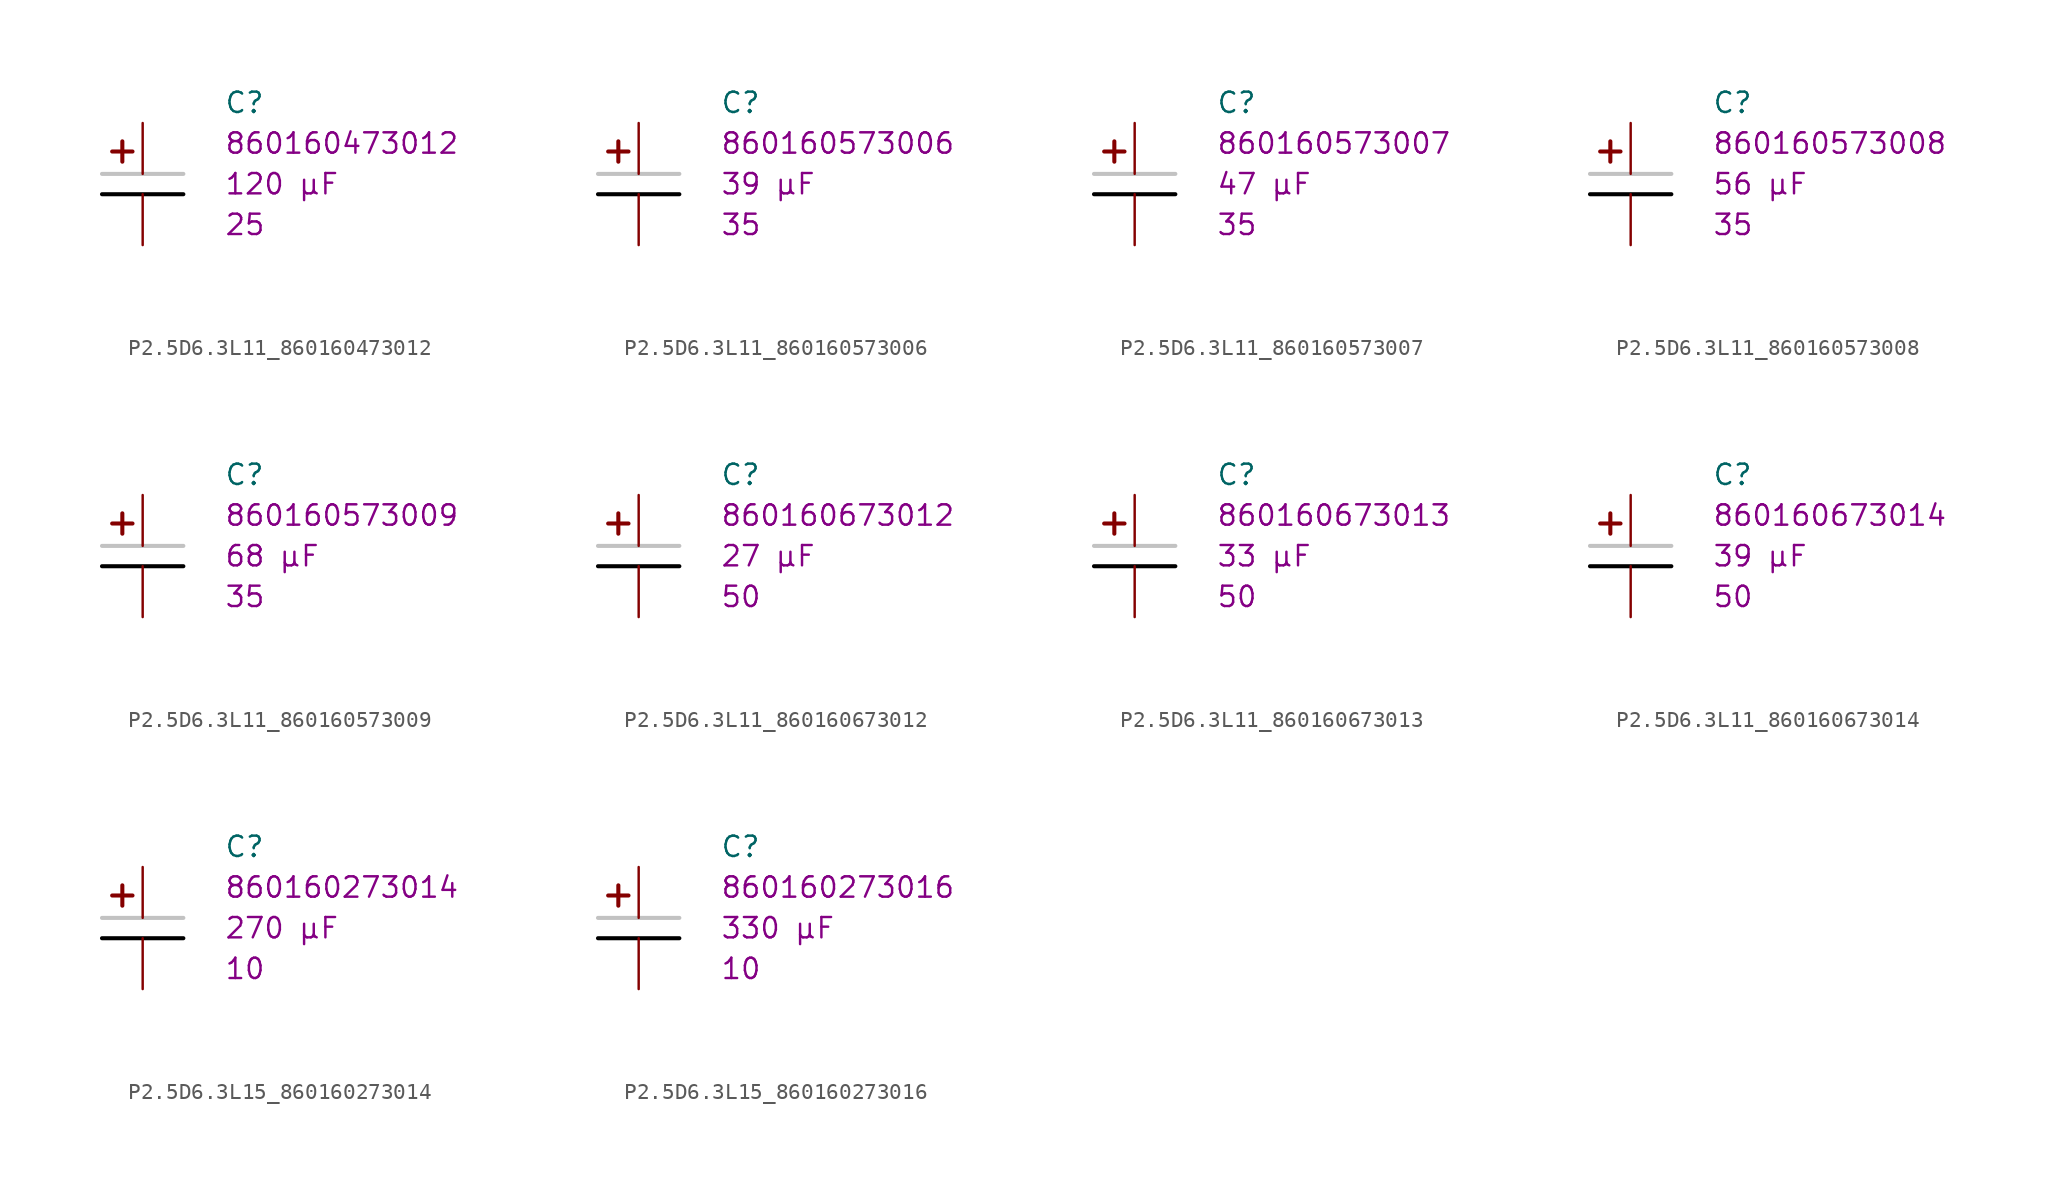
<source format=kicad_sym>
(kicad_symbol_lib
  (version 20220914)
  (generator kicad_symbol_editor)
  (symbol "P2.5D6.3L11_860160473012"
    (pin_numbers hide)
    (pin_names hide)
    (property "Reference" "C"
      (at 5.08 5.08 0)
      (effects (font (size 1.27 1.27)) (justify left)))
    (property "Part Number" "860160473012"
      (at 5.08 2.54 0)
      (effects (font (size 1.27 1.27)) (justify left)))
    (property "Capacitance" "120 µF"
      (at 5.08 0 0)
      (effects (font (size 1.27 1.27)) (justify left)))
    (property "Voltage" "25"
      (at 5.08 -2.54 0)
      (effects (font (size 1.27 1.27)) (justify left)))
    (property "Critical Parameter" ""
      (at 0 -7.62 0)
      (effects (font (size 1.27 1.27))))
    (symbol "P2.5D6.3L11_860160473012_1_1"
      (polyline (pts (xy -1.27 2.667) (xy -1.27 1.397)) (stroke (width 0.254) (type default)) (fill (type none)))
      (polyline (pts (xy -0.635 2.032) (xy -1.905 2.032)) (stroke (width 0.254) (type default)) (fill (type none)))
      (polyline (pts (xy 2.54 -0.635) (xy -2.54 -0.635)) (stroke (width 0.254) (type default) (color 0 0 0 1)) (fill (type none)))
      (polyline (pts (xy 2.54 0.635) (xy -2.54 0.635)) (stroke (width 0.254) (type default) (color 194 194 194 1)) (fill (type none)))
      (pin passive line (at 0 3.81 270) (length 3.175) (name "1" (effects (font (size 1.27 1.27)))) (number "1" (effects (font (size 1.27 1.27)))))
      (pin passive line (at 0 -3.81 90) (length 3.175) (name "2" (effects (font (size 1.27 1.27)))) (number "2" (effects (font (size 1.27 1.27)))))))
  (symbol "P2.5D6.3L11_860160573006"
    (pin_numbers hide)
    (pin_names hide)
    (property "Reference" "C"
      (at 5.08 5.08 0)
      (effects (font (size 1.27 1.27)) (justify left)))
    (property "Part Number" "860160573006"
      (at 5.08 2.54 0)
      (effects (font (size 1.27 1.27)) (justify left)))
    (property "Capacitance" "39 µF"
      (at 5.08 0 0)
      (effects (font (size 1.27 1.27)) (justify left)))
    (property "Voltage" "35"
      (at 5.08 -2.54 0)
      (effects (font (size 1.27 1.27)) (justify left)))
    (property "Critical Parameter" ""
      (at 0 -7.62 0)
      (effects (font (size 1.27 1.27))))
    (symbol "P2.5D6.3L11_860160573006_1_1"
      (polyline (pts (xy -1.27 2.667) (xy -1.27 1.397)) (stroke (width 0.254) (type default)) (fill (type none)))
      (polyline (pts (xy -0.635 2.032) (xy -1.905 2.032)) (stroke (width 0.254) (type default)) (fill (type none)))
      (polyline (pts (xy 2.54 -0.635) (xy -2.54 -0.635)) (stroke (width 0.254) (type default) (color 0 0 0 1)) (fill (type none)))
      (polyline (pts (xy 2.54 0.635) (xy -2.54 0.635)) (stroke (width 0.254) (type default) (color 194 194 194 1)) (fill (type none)))
      (pin passive line (at 0 3.81 270) (length 3.175) (name "1" (effects (font (size 1.27 1.27)))) (number "1" (effects (font (size 1.27 1.27)))))
      (pin passive line (at 0 -3.81 90) (length 3.175) (name "2" (effects (font (size 1.27 1.27)))) (number "2" (effects (font (size 1.27 1.27)))))))
  (symbol "P2.5D6.3L11_860160573007"
    (pin_numbers hide)
    (pin_names hide)
    (property "Reference" "C"
      (at 5.08 5.08 0)
      (effects (font (size 1.27 1.27)) (justify left)))
    (property "Part Number" "860160573007"
      (at 5.08 2.54 0)
      (effects (font (size 1.27 1.27)) (justify left)))
    (property "Capacitance" "47 µF"
      (at 5.08 0 0)
      (effects (font (size 1.27 1.27)) (justify left)))
    (property "Voltage" "35"
      (at 5.08 -2.54 0)
      (effects (font (size 1.27 1.27)) (justify left)))
    (property "Critical Parameter" ""
      (at 0 -7.62 0)
      (effects (font (size 1.27 1.27))))
    (symbol "P2.5D6.3L11_860160573007_1_1"
      (polyline (pts (xy -1.27 2.667) (xy -1.27 1.397)) (stroke (width 0.254) (type default)) (fill (type none)))
      (polyline (pts (xy -0.635 2.032) (xy -1.905 2.032)) (stroke (width 0.254) (type default)) (fill (type none)))
      (polyline (pts (xy 2.54 -0.635) (xy -2.54 -0.635)) (stroke (width 0.254) (type default) (color 0 0 0 1)) (fill (type none)))
      (polyline (pts (xy 2.54 0.635) (xy -2.54 0.635)) (stroke (width 0.254) (type default) (color 194 194 194 1)) (fill (type none)))
      (pin passive line (at 0 3.81 270) (length 3.175) (name "1" (effects (font (size 1.27 1.27)))) (number "1" (effects (font (size 1.27 1.27)))))
      (pin passive line (at 0 -3.81 90) (length 3.175) (name "2" (effects (font (size 1.27 1.27)))) (number "2" (effects (font (size 1.27 1.27)))))))
  (symbol "P2.5D6.3L11_860160573008"
    (pin_numbers hide)
    (pin_names hide)
    (property "Reference" "C"
      (at 5.08 5.08 0)
      (effects (font (size 1.27 1.27)) (justify left)))
    (property "Part Number" "860160573008"
      (at 5.08 2.54 0)
      (effects (font (size 1.27 1.27)) (justify left)))
    (property "Capacitance" "56 µF"
      (at 5.08 0 0)
      (effects (font (size 1.27 1.27)) (justify left)))
    (property "Voltage" "35"
      (at 5.08 -2.54 0)
      (effects (font (size 1.27 1.27)) (justify left)))
    (property "Critical Parameter" ""
      (at 0 -7.62 0)
      (effects (font (size 1.27 1.27))))
    (symbol "P2.5D6.3L11_860160573008_1_1"
      (polyline (pts (xy -1.27 2.667) (xy -1.27 1.397)) (stroke (width 0.254) (type default)) (fill (type none)))
      (polyline (pts (xy -0.635 2.032) (xy -1.905 2.032)) (stroke (width 0.254) (type default)) (fill (type none)))
      (polyline (pts (xy 2.54 -0.635) (xy -2.54 -0.635)) (stroke (width 0.254) (type default) (color 0 0 0 1)) (fill (type none)))
      (polyline (pts (xy 2.54 0.635) (xy -2.54 0.635)) (stroke (width 0.254) (type default) (color 194 194 194 1)) (fill (type none)))
      (pin passive line (at 0 3.81 270) (length 3.175) (name "1" (effects (font (size 1.27 1.27)))) (number "1" (effects (font (size 1.27 1.27)))))
      (pin passive line (at 0 -3.81 90) (length 3.175) (name "2" (effects (font (size 1.27 1.27)))) (number "2" (effects (font (size 1.27 1.27)))))))
  (symbol "P2.5D6.3L11_860160573009"
    (pin_numbers hide)
    (pin_names hide)
    (property "Reference" "C"
      (at 5.08 5.08 0)
      (effects (font (size 1.27 1.27)) (justify left)))
    (property "Part Number" "860160573009"
      (at 5.08 2.54 0)
      (effects (font (size 1.27 1.27)) (justify left)))
    (property "Capacitance" "68 µF"
      (at 5.08 0 0)
      (effects (font (size 1.27 1.27)) (justify left)))
    (property "Voltage" "35"
      (at 5.08 -2.54 0)
      (effects (font (size 1.27 1.27)) (justify left)))
    (property "Critical Parameter" ""
      (at 0 -7.62 0)
      (effects (font (size 1.27 1.27))))
    (symbol "P2.5D6.3L11_860160573009_1_1"
      (polyline (pts (xy -1.27 2.667) (xy -1.27 1.397)) (stroke (width 0.254) (type default)) (fill (type none)))
      (polyline (pts (xy -0.635 2.032) (xy -1.905 2.032)) (stroke (width 0.254) (type default)) (fill (type none)))
      (polyline (pts (xy 2.54 -0.635) (xy -2.54 -0.635)) (stroke (width 0.254) (type default) (color 0 0 0 1)) (fill (type none)))
      (polyline (pts (xy 2.54 0.635) (xy -2.54 0.635)) (stroke (width 0.254) (type default) (color 194 194 194 1)) (fill (type none)))
      (pin passive line (at 0 3.81 270) (length 3.175) (name "1" (effects (font (size 1.27 1.27)))) (number "1" (effects (font (size 1.27 1.27)))))
      (pin passive line (at 0 -3.81 90) (length 3.175) (name "2" (effects (font (size 1.27 1.27)))) (number "2" (effects (font (size 1.27 1.27)))))))
  (symbol "P2.5D6.3L11_860160673012"
    (pin_numbers hide)
    (pin_names hide)
    (property "Reference" "C"
      (at 5.08 5.08 0)
      (effects (font (size 1.27 1.27)) (justify left)))
    (property "Part Number" "860160673012"
      (at 5.08 2.54 0)
      (effects (font (size 1.27 1.27)) (justify left)))
    (property "Capacitance" "27 µF"
      (at 5.08 0 0)
      (effects (font (size 1.27 1.27)) (justify left)))
    (property "Voltage" "50"
      (at 5.08 -2.54 0)
      (effects (font (size 1.27 1.27)) (justify left)))
    (property "Critical Parameter" ""
      (at 0 -7.62 0)
      (effects (font (size 1.27 1.27))))
    (symbol "P2.5D6.3L11_860160673012_1_1"
      (polyline (pts (xy -1.27 2.667) (xy -1.27 1.397)) (stroke (width 0.254) (type default)) (fill (type none)))
      (polyline (pts (xy -0.635 2.032) (xy -1.905 2.032)) (stroke (width 0.254) (type default)) (fill (type none)))
      (polyline (pts (xy 2.54 -0.635) (xy -2.54 -0.635)) (stroke (width 0.254) (type default) (color 0 0 0 1)) (fill (type none)))
      (polyline (pts (xy 2.54 0.635) (xy -2.54 0.635)) (stroke (width 0.254) (type default) (color 194 194 194 1)) (fill (type none)))
      (pin passive line (at 0 3.81 270) (length 3.175) (name "1" (effects (font (size 1.27 1.27)))) (number "1" (effects (font (size 1.27 1.27)))))
      (pin passive line (at 0 -3.81 90) (length 3.175) (name "2" (effects (font (size 1.27 1.27)))) (number "2" (effects (font (size 1.27 1.27)))))))
  (symbol "P2.5D6.3L11_860160673013"
    (pin_numbers hide)
    (pin_names hide)
    (property "Reference" "C"
      (at 5.08 5.08 0)
      (effects (font (size 1.27 1.27)) (justify left)))
    (property "Part Number" "860160673013"
      (at 5.08 2.54 0)
      (effects (font (size 1.27 1.27)) (justify left)))
    (property "Capacitance" "33 µF"
      (at 5.08 0 0)
      (effects (font (size 1.27 1.27)) (justify left)))
    (property "Voltage" "50"
      (at 5.08 -2.54 0)
      (effects (font (size 1.27 1.27)) (justify left)))
    (property "Critical Parameter" ""
      (at 0 -7.62 0)
      (effects (font (size 1.27 1.27))))
    (symbol "P2.5D6.3L11_860160673013_1_1"
      (polyline (pts (xy -1.27 2.667) (xy -1.27 1.397)) (stroke (width 0.254) (type default)) (fill (type none)))
      (polyline (pts (xy -0.635 2.032) (xy -1.905 2.032)) (stroke (width 0.254) (type default)) (fill (type none)))
      (polyline (pts (xy 2.54 -0.635) (xy -2.54 -0.635)) (stroke (width 0.254) (type default) (color 0 0 0 1)) (fill (type none)))
      (polyline (pts (xy 2.54 0.635) (xy -2.54 0.635)) (stroke (width 0.254) (type default) (color 194 194 194 1)) (fill (type none)))
      (pin passive line (at 0 3.81 270) (length 3.175) (name "1" (effects (font (size 1.27 1.27)))) (number "1" (effects (font (size 1.27 1.27)))))
      (pin passive line (at 0 -3.81 90) (length 3.175) (name "2" (effects (font (size 1.27 1.27)))) (number "2" (effects (font (size 1.27 1.27)))))))
  (symbol "P2.5D6.3L11_860160673014"
    (pin_numbers hide)
    (pin_names hide)
    (property "Reference" "C"
      (at 5.08 5.08 0)
      (effects (font (size 1.27 1.27)) (justify left)))
    (property "Part Number" "860160673014"
      (at 5.08 2.54 0)
      (effects (font (size 1.27 1.27)) (justify left)))
    (property "Capacitance" "39 µF"
      (at 5.08 0 0)
      (effects (font (size 1.27 1.27)) (justify left)))
    (property "Voltage" "50"
      (at 5.08 -2.54 0)
      (effects (font (size 1.27 1.27)) (justify left)))
    (property "Critical Parameter" ""
      (at 0 -7.62 0)
      (effects (font (size 1.27 1.27))))
    (symbol "P2.5D6.3L11_860160673014_1_1"
      (polyline (pts (xy -1.27 2.667) (xy -1.27 1.397)) (stroke (width 0.254) (type default)) (fill (type none)))
      (polyline (pts (xy -0.635 2.032) (xy -1.905 2.032)) (stroke (width 0.254) (type default)) (fill (type none)))
      (polyline (pts (xy 2.54 -0.635) (xy -2.54 -0.635)) (stroke (width 0.254) (type default) (color 0 0 0 1)) (fill (type none)))
      (polyline (pts (xy 2.54 0.635) (xy -2.54 0.635)) (stroke (width 0.254) (type default) (color 194 194 194 1)) (fill (type none)))
      (pin passive line (at 0 3.81 270) (length 3.175) (name "1" (effects (font (size 1.27 1.27)))) (number "1" (effects (font (size 1.27 1.27)))))
      (pin passive line (at 0 -3.81 90) (length 3.175) (name "2" (effects (font (size 1.27 1.27)))) (number "2" (effects (font (size 1.27 1.27)))))))
  (symbol "P2.5D6.3L15_860160273014"
    (pin_numbers hide)
    (pin_names hide)
    (property "Reference" "C"
      (at 5.08 5.08 0)
      (effects (font (size 1.27 1.27)) (justify left)))
    (property "Part Number" "860160273014"
      (at 5.08 2.54 0)
      (effects (font (size 1.27 1.27)) (justify left)))
    (property "Capacitance" "270 µF"
      (at 5.08 0 0)
      (effects (font (size 1.27 1.27)) (justify left)))
    (property "Voltage" "10"
      (at 5.08 -2.54 0)
      (effects (font (size 1.27 1.27)) (justify left)))
    (property "Critical Parameter" ""
      (at 0 -7.62 0)
      (effects (font (size 1.27 1.27))))
    (symbol "P2.5D6.3L15_860160273014_1_1"
      (polyline (pts (xy -1.27 2.667) (xy -1.27 1.397)) (stroke (width 0.254) (type default)) (fill (type none)))
      (polyline (pts (xy -0.635 2.032) (xy -1.905 2.032)) (stroke (width 0.254) (type default)) (fill (type none)))
      (polyline (pts (xy 2.54 -0.635) (xy -2.54 -0.635)) (stroke (width 0.254) (type default) (color 0 0 0 1)) (fill (type none)))
      (polyline (pts (xy 2.54 0.635) (xy -2.54 0.635)) (stroke (width 0.254) (type default) (color 194 194 194 1)) (fill (type none)))
      (pin passive line (at 0 3.81 270) (length 3.175) (name "1" (effects (font (size 1.27 1.27)))) (number "1" (effects (font (size 1.27 1.27)))))
      (pin passive line (at 0 -3.81 90) (length 3.175) (name "2" (effects (font (size 1.27 1.27)))) (number "2" (effects (font (size 1.27 1.27)))))))
  (symbol "P2.5D6.3L15_860160273016"
    (pin_numbers hide)
    (pin_names hide)
    (property "Reference" "C"
      (at 5.08 5.08 0)
      (effects (font (size 1.27 1.27)) (justify left)))
    (property "Part Number" "860160273016"
      (at 5.08 2.54 0)
      (effects (font (size 1.27 1.27)) (justify left)))
    (property "Capacitance" "330 µF"
      (at 5.08 0 0)
      (effects (font (size 1.27 1.27)) (justify left)))
    (property "Voltage" "10"
      (at 5.08 -2.54 0)
      (effects (font (size 1.27 1.27)) (justify left)))
    (property "Critical Parameter" ""
      (at 0 -7.62 0)
      (effects (font (size 1.27 1.27))))
    (symbol "P2.5D6.3L15_860160273016_1_1"
      (polyline (pts (xy -1.27 2.667) (xy -1.27 1.397)) (stroke (width 0.254) (type default)) (fill (type none)))
      (polyline (pts (xy -0.635 2.032) (xy -1.905 2.032)) (stroke (width 0.254) (type default)) (fill (type none)))
      (polyline (pts (xy 2.54 -0.635) (xy -2.54 -0.635)) (stroke (width 0.254) (type default) (color 0 0 0 1)) (fill (type none)))
      (polyline (pts (xy 2.54 0.635) (xy -2.54 0.635)) (stroke (width 0.254) (type default) (color 194 194 194 1)) (fill (type none)))
      (pin passive line (at 0 3.81 270) (length 3.175) (name "1" (effects (font (size 1.27 1.27)))) (number "1" (effects (font (size 1.27 1.27)))))
      (pin passive line (at 0 -3.81 90) (length 3.175) (name "2" (effects (font (size 1.27 1.27)))) (number "2" (effects (font (size 1.27 1.27))))))))
</source>
